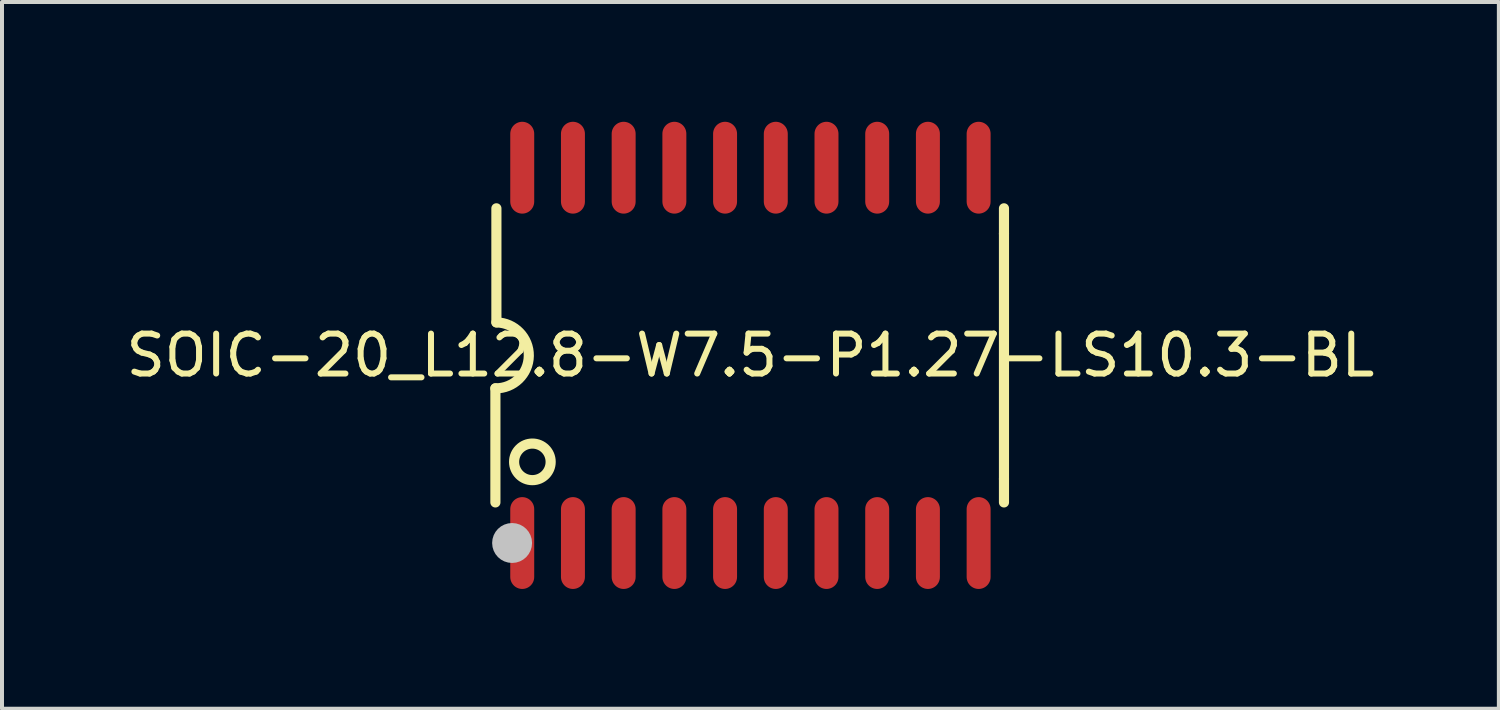
<source format=kicad_pcb>
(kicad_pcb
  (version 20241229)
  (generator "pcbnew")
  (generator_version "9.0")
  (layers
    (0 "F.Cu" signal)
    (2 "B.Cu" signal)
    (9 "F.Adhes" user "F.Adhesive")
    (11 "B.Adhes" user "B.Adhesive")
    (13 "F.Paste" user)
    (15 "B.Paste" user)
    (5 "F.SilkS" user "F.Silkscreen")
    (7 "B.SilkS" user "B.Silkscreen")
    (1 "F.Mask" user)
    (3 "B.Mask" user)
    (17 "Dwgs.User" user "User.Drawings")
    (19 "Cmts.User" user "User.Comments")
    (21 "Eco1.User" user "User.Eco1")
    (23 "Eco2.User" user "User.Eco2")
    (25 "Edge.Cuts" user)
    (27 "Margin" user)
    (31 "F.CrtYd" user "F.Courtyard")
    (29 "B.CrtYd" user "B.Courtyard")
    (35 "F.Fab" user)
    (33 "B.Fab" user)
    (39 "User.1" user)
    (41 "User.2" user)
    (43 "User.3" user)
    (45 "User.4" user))
  (footprint "SOIC-20_L12.8-W7.5-P1.27-LS10.3-BL"
    (layer "F.Cu")
    (at 15.744 5.85)
    (property "Reference" "SOIC-20_L12.8-W7.5-P1.27-LS10.3-BL" (at 0 0 0) (unlocked yes) (layer "F.SilkS") (effects (font (size 1 1) (thickness 0.15))))
    (fp_line (start -6.387 0.826) (end -6.387 3.683) (stroke (width 0.254) (type default)) (layer "F.SilkS"))
    (fp_line (start -6.362 -0.826) (end -6.362 -3.683) (stroke (width 0.254) (type default)) (layer "F.SilkS"))
    (fp_line (start 6.35 -3.048) (end 6.35 -3.683) (stroke (width 0.254) (type default)) (layer "F.SilkS"))
    (fp_line (start 6.35 -3.048) (end 6.35 3.096) (stroke (width 0.254) (type default)) (layer "F.SilkS"))
    (fp_line (start 6.35 3.096) (end 6.35 3.683) (stroke (width 0.254) (type default)) (layer "F.SilkS"))
    (fp_arc (start -6.3615 -0.8255) (mid -5.548996 0.01275) (end -6.387 0.8255) (stroke (width 0.254) (type default)) (layer "F.SilkS"))
    (fp_circle (center -5.461 2.667) (end -5.003 2.667) (stroke (width 0.254) (type default)) (fill no) (layer "F.SilkS"))
    (fp_circle (center -5.969 4.699) (end -5.719 4.699) (stroke (width 0.5) (type default)) (fill no) (layer "Dwgs.User"))
    (fp_poly (pts (xy -5.505 -4.327) (xy -5.925 -4.327) (xy -5.925 -5.162) (xy -5.505 -5.162)) (stroke (width 0.1) (type default)) (fill no) (layer "User.1"))
    (fp_poly (pts (xy -5.505 -3.74) (xy -5.925 -3.74) (xy -5.925 -4.338) (xy -5.505 -4.338)) (stroke (width 0.1) (type default)) (fill no) (layer "User.1"))
    (fp_poly (pts (xy -5.505 4.338) (xy -5.925 4.338) (xy -5.925 3.74) (xy -5.505 3.74)) (stroke (width 0.1) (type default)) (fill no) (layer "User.1"))
    (fp_poly (pts (xy -5.505 5.162) (xy -5.925 5.162) (xy -5.925 4.327) (xy -5.505 4.327)) (stroke (width 0.1) (type default)) (fill no) (layer "User.1"))
    (fp_poly (pts (xy -4.236 -4.327) (xy -4.654 -4.327) (xy -4.654 -5.162) (xy -4.236 -5.162)) (stroke (width 0.1) (type default)) (fill no) (layer "User.1"))
    (fp_poly (pts (xy -4.236 -3.74) (xy -4.654 -3.74) (xy -4.654 -4.338) (xy -4.236 -4.338)) (stroke (width 0.1) (type default)) (fill no) (layer "User.1"))
    (fp_poly (pts (xy -4.236 4.338) (xy -4.654 4.338) (xy -4.654 3.74) (xy -4.236 3.74)) (stroke (width 0.1) (type default)) (fill no) (layer "User.1"))
    (fp_poly (pts (xy -4.236 5.162) (xy -4.654 5.162) (xy -4.654 4.327) (xy -4.236 4.327)) (stroke (width 0.1) (type default)) (fill no) (layer "User.1"))
    (fp_poly (pts (xy -2.966 -4.327) (xy -3.385 -4.327) (xy -3.385 -5.162) (xy -2.966 -5.162)) (stroke (width 0.1) (type default)) (fill no) (layer "User.1"))
    (fp_poly (pts (xy -2.966 -3.74) (xy -3.385 -3.74) (xy -3.385 -4.338) (xy -2.966 -4.338)) (stroke (width 0.1) (type default)) (fill no) (layer "User.1"))
    (fp_poly (pts (xy -2.966 4.338) (xy -3.385 4.338) (xy -3.385 3.74) (xy -2.966 3.74)) (stroke (width 0.1) (type default)) (fill no) (layer "User.1"))
    (fp_poly (pts (xy -2.966 5.162) (xy -3.385 5.162) (xy -3.385 4.327) (xy -2.966 4.327)) (stroke (width 0.1) (type default)) (fill no) (layer "User.1"))
    (fp_poly (pts (xy -1.696 -4.327) (xy -2.115 -4.327) (xy -2.115 -5.162) (xy -1.696 -5.162)) (stroke (width 0.1) (type default)) (fill no) (layer "User.1"))
    (fp_poly (pts (xy -1.696 -3.74) (xy -2.115 -3.74) (xy -2.115 -4.338) (xy -1.696 -4.338)) (stroke (width 0.1) (type default)) (fill no) (layer "User.1"))
    (fp_poly (pts (xy -1.696 4.338) (xy -2.115 4.338) (xy -2.115 3.74) (xy -1.696 3.74)) (stroke (width 0.1) (type default)) (fill no) (layer "User.1"))
    (fp_poly (pts (xy -1.696 5.162) (xy -2.115 5.162) (xy -2.115 4.327) (xy -1.696 4.327)) (stroke (width 0.1) (type default)) (fill no) (layer "User.1"))
    (fp_poly (pts (xy -0.425 -4.327) (xy -0.845 -4.327) (xy -0.845 -5.162) (xy -0.425 -5.162)) (stroke (width 0.1) (type default)) (fill no) (layer "User.1"))
    (fp_poly (pts (xy -0.425 -3.74) (xy -0.845 -3.74) (xy -0.845 -4.338) (xy -0.425 -4.338)) (stroke (width 0.1) (type default)) (fill no) (layer "User.1"))
    (fp_poly (pts (xy -0.425 4.338) (xy -0.845 4.338) (xy -0.845 3.74) (xy -0.425 3.74)) (stroke (width 0.1) (type default)) (fill no) (layer "User.1"))
    (fp_poly (pts (xy -0.425 5.162) (xy -0.845 5.162) (xy -0.845 4.327) (xy -0.425 4.327)) (stroke (width 0.1) (type default)) (fill no) (layer "User.1"))
    (fp_poly (pts (xy 0.845 -4.327) (xy 0.425 -4.327) (xy 0.425 -5.162) (xy 0.845 -5.162)) (stroke (width 0.1) (type default)) (fill no) (layer "User.1"))
    (fp_poly (pts (xy 0.845 -3.74) (xy 0.425 -3.74) (xy 0.425 -4.338) (xy 0.845 -4.338)) (stroke (width 0.1) (type default)) (fill no) (layer "User.1"))
    (fp_poly (pts (xy 0.845 4.338) (xy 0.425 4.338) (xy 0.425 3.74) (xy 0.845 3.74)) (stroke (width 0.1) (type default)) (fill no) (layer "User.1"))
    (fp_poly (pts (xy 0.845 5.162) (xy 0.425 5.162) (xy 0.425 4.327) (xy 0.845 4.327)) (stroke (width 0.1) (type default)) (fill no) (layer "User.1"))
    (fp_poly (pts (xy 2.115 -4.327) (xy 1.696 -4.327) (xy 1.696 -5.162) (xy 2.115 -5.162)) (stroke (width 0.1) (type default)) (fill no) (layer "User.1"))
    (fp_poly (pts (xy 2.115 -3.74) (xy 1.696 -3.74) (xy 1.696 -4.338) (xy 2.115 -4.338)) (stroke (width 0.1) (type default)) (fill no) (layer "User.1"))
    (fp_poly (pts (xy 2.115 4.338) (xy 1.696 4.338) (xy 1.696 3.74) (xy 2.115 3.74)) (stroke (width 0.1) (type default)) (fill no) (layer "User.1"))
    (fp_poly (pts (xy 2.115 5.162) (xy 1.696 5.162) (xy 1.696 4.327) (xy 2.115 4.327)) (stroke (width 0.1) (type default)) (fill no) (layer "User.1"))
    (fp_poly (pts (xy 3.385 -4.327) (xy 2.966 -4.327) (xy 2.966 -5.162) (xy 3.385 -5.162)) (stroke (width 0.1) (type default)) (fill no) (layer "User.1"))
    (fp_poly (pts (xy 3.385 -3.74) (xy 2.966 -3.74) (xy 2.966 -4.338) (xy 3.385 -4.338)) (stroke (width 0.1) (type default)) (fill no) (layer "User.1"))
    (fp_poly (pts (xy 3.385 4.338) (xy 2.966 4.338) (xy 2.966 3.74) (xy 3.385 3.74)) (stroke (width 0.1) (type default)) (fill no) (layer "User.1"))
    (fp_poly (pts (xy 3.385 5.162) (xy 2.966 5.162) (xy 2.966 4.327) (xy 3.385 4.327)) (stroke (width 0.1) (type default)) (fill no) (layer "User.1"))
    (fp_poly (pts (xy 4.654 -4.327) (xy 4.236 -4.327) (xy 4.236 -5.162) (xy 4.654 -5.162)) (stroke (width 0.1) (type default)) (fill no) (layer "User.1"))
    (fp_poly (pts (xy 4.654 -3.74) (xy 4.236 -3.74) (xy 4.236 -4.338) (xy 4.654 -4.338)) (stroke (width 0.1) (type default)) (fill no) (layer "User.1"))
    (fp_poly (pts (xy 4.654 4.338) (xy 4.236 4.338) (xy 4.236 3.74) (xy 4.654 3.74)) (stroke (width 0.1) (type default)) (fill no) (layer "User.1"))
    (fp_poly (pts (xy 4.654 5.162) (xy 4.236 5.162) (xy 4.236 4.327) (xy 4.654 4.327)) (stroke (width 0.1) (type default)) (fill no) (layer "User.1"))
    (fp_poly (pts (xy 5.925 -4.327) (xy 5.505 -4.327) (xy 5.505 -5.162) (xy 5.925 -5.162)) (stroke (width 0.1) (type default)) (fill no) (layer "User.1"))
    (fp_poly (pts (xy 5.925 -3.74) (xy 5.505 -3.74) (xy 5.505 -4.338) (xy 5.925 -4.338)) (stroke (width 0.1) (type default)) (fill no) (layer "User.1"))
    (fp_poly (pts (xy 5.925 4.338) (xy 5.505 4.338) (xy 5.505 3.74) (xy 5.925 3.74)) (stroke (width 0.1) (type default)) (fill no) (layer "User.1"))
    (fp_poly (pts (xy 5.925 5.162) (xy 5.505 5.162) (xy 5.505 4.327) (xy 5.925 4.327)) (stroke (width 0.1) (type default)) (fill no) (layer "User.1"))
    (fp_line (start -6.4 -3.75) (end 6.4 -3.75) (stroke (width 0.051) (type default)) (layer "User.2"))
    (fp_line (start -6.4 3.75) (end -6.4 -3.75) (stroke (width 0.051) (type default)) (layer "User.2"))
    (fp_line (start 6.4 -3.75) (end 6.4 3.75) (stroke (width 0.051) (type default)) (layer "User.2"))
    (fp_line (start 6.4 3.75) (end -6.4 3.75) (stroke (width 0.051) (type default)) (layer "User.2"))
    (fp_poly (pts (xy -6.34 5.162) (xy -6.358 5.12) (xy -6.4 5.103) (xy -6.442 5.12) (xy -6.46 5.162) (xy -6.442 5.205) (xy -6.4 5.223) (xy -6.358 5.205)) (stroke (width 0.1) (type default)) (fill no) (layer "User.3"))
    (pad "1" smd oval (at -5.715 4.7 180) (size 0.6 2.3) (layers "F.Cu" "F.Mask" "F.Paste"))
    (pad "2" smd oval (at -4.445 4.7 180) (size 0.6 2.3) (layers "F.Cu" "F.Mask" "F.Paste"))
    (pad "3" smd oval (at -3.175 4.7 180) (size 0.6 2.3) (layers "F.Cu" "F.Mask" "F.Paste"))
    (pad "4" smd oval (at -1.905 4.7 180) (size 0.6 2.3) (layers "F.Cu" "F.Mask" "F.Paste"))
    (pad "5" smd oval (at -0.635 4.7 180) (size 0.6 2.3) (layers "F.Cu" "F.Mask" "F.Paste"))
    (pad "6" smd oval (at 0.635 4.7 180) (size 0.6 2.3) (layers "F.Cu" "F.Mask" "F.Paste"))
    (pad "7" smd oval (at 1.905 4.7 180) (size 0.6 2.3) (layers "F.Cu" "F.Mask" "F.Paste"))
    (pad "8" smd oval (at 3.175 4.7 180) (size 0.6 2.3) (layers "F.Cu" "F.Mask" "F.Paste"))
    (pad "9" smd oval (at 4.445 4.7 180) (size 0.6 2.3) (layers "F.Cu" "F.Mask" "F.Paste"))
    (pad "10" smd oval (at 5.715 4.7 180) (size 0.6 2.3) (layers "F.Cu" "F.Mask" "F.Paste"))
    (pad "11" smd oval (at 5.715 -4.7 180) (size 0.6 2.3) (layers "F.Cu" "F.Mask" "F.Paste"))
    (pad "12" smd oval (at 4.445 -4.7 180) (size 0.6 2.3) (layers "F.Cu" "F.Mask" "F.Paste"))
    (pad "13" smd oval (at 3.175 -4.7 180) (size 0.6 2.3) (layers "F.Cu" "F.Mask" "F.Paste"))
    (pad "14" smd oval (at 1.905 -4.7 180) (size 0.6 2.3) (layers "F.Cu" "F.Mask" "F.Paste"))
    (pad "15" smd oval (at 0.635 -4.7 180) (size 0.6 2.3) (layers "F.Cu" "F.Mask" "F.Paste"))
    (pad "16" smd oval (at -0.635 -4.7 180) (size 0.6 2.3) (layers "F.Cu" "F.Mask" "F.Paste"))
    (pad "17" smd oval (at -1.905 -4.7 180) (size 0.6 2.3) (layers "F.Cu" "F.Mask" "F.Paste"))
    (pad "18" smd oval (at -3.175 -4.7 180) (size 0.6 2.3) (layers "F.Cu" "F.Mask" "F.Paste"))
    (pad "19" smd oval (at -4.445 -4.7 180) (size 0.6 2.3) (layers "F.Cu" "F.Mask" "F.Paste"))
    (pad "20" smd oval (at -5.715 -4.7 180) (size 0.6 2.3) (layers "F.Cu" "F.Mask" "F.Paste")))
  (gr_rect
    (start -3 -3)
    (end 34.488 14.7)
    (stroke (width 0.1) (type default))
    (fill no)
    (layer "Edge.Cuts")))
</source>
